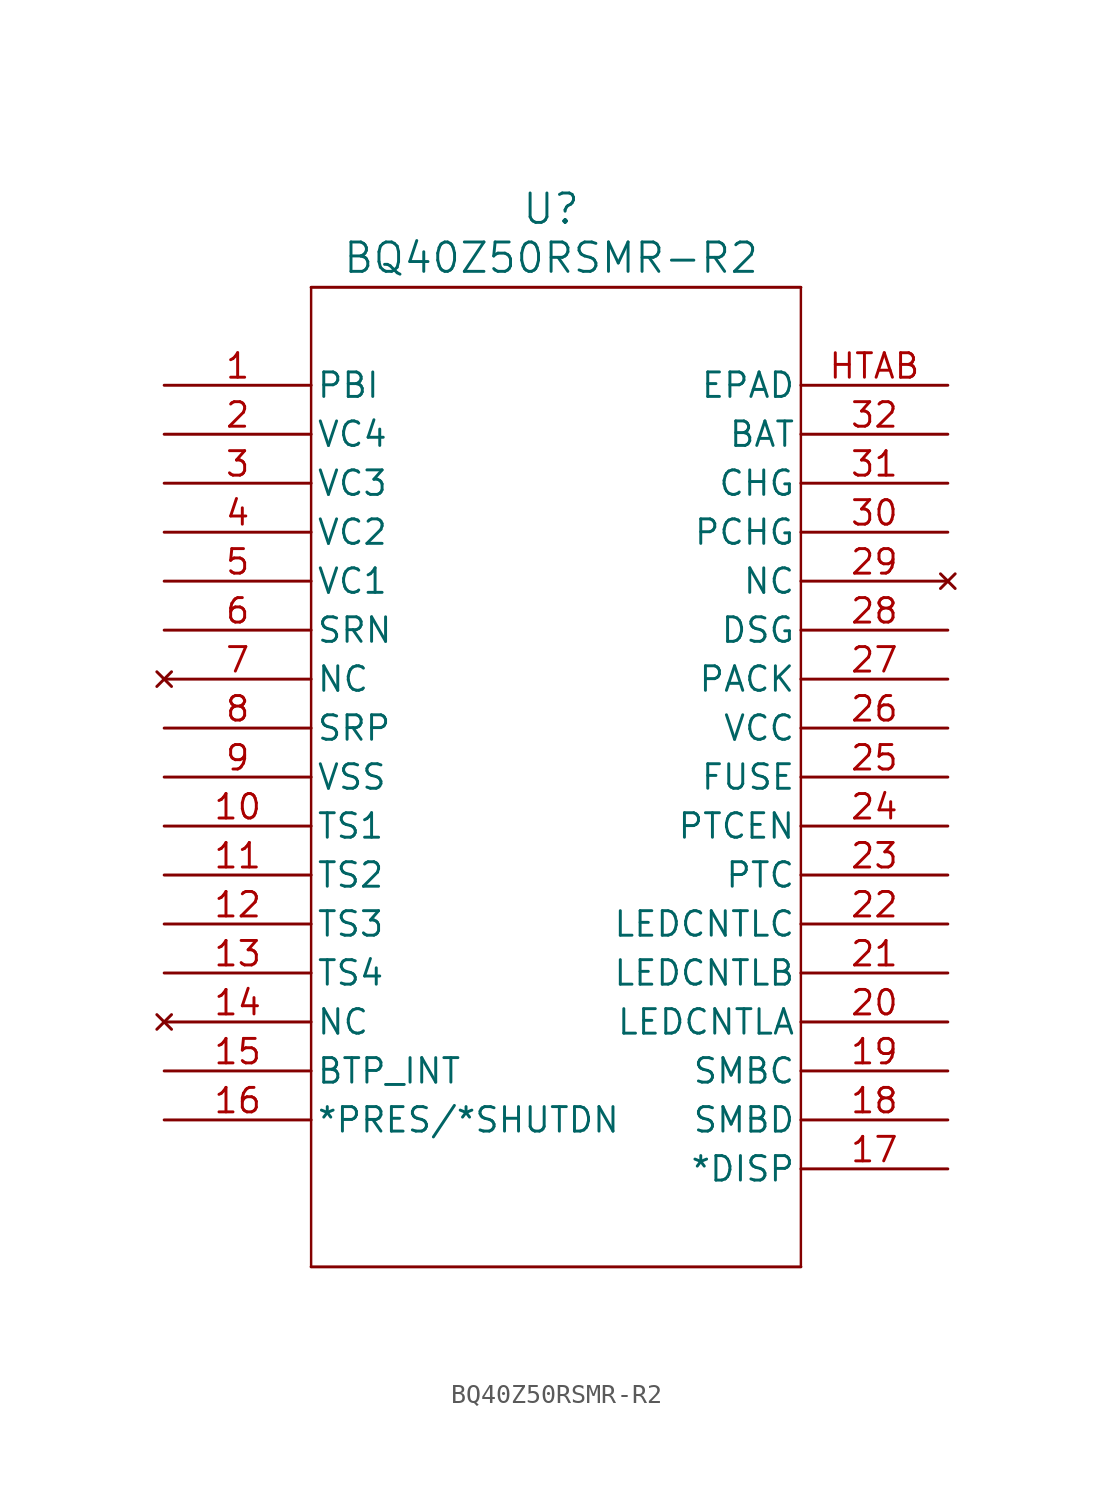
<source format=kicad_sym>
(kicad_symbol_lib
  (version 20231120)
  (generator "kicad_symbol_editor")
  (generator_version "8.0")
  (symbol "BQ40Z50RSMR-R2"
    (pin_names
      (offset 0.254))
    (property "Reference" "U"
      (at 20.066 9.144 0)
      (effects (font (size 1.524 1.524))))
    (property "Value" "BQ40Z50RSMR-R2"
      (at 20.066 6.604 0)
      (effects (font (size 1.524 1.524))))
    (property "ki_locked" ""
      (at 0 0 0)
      (effects (font (size 1.27 1.27))))
    (symbol "BQ40Z50RSMR-R2_0_1"
      (polyline (pts (xy 7.62 5.08) (xy 7.62 -45.72)) (stroke (width 0.127) (type default)) (fill (type none)))
      (polyline (pts (xy 33.02 -45.72) (xy 33.02 5.08)) (stroke (width 0.127) (type default)) (fill (type none)))
      (pin power_in line (at 0 0 0) (length 7.62) (name "PBI" (effects (font (size 1.27 1.27)))) (number "1" (effects (font (size 1.27 1.27)))))
      (pin input line (at 0 -22.86 0) (length 7.62) (name "TS1" (effects (font (size 1.27 1.27)))) (number "10" (effects (font (size 1.27 1.27)))))
      (pin input line (at 0 -25.4 0) (length 7.62) (name "TS2" (effects (font (size 1.27 1.27)))) (number "11" (effects (font (size 1.27 1.27)))))
      (pin input line (at 0 -27.94 0) (length 7.62) (name "TS3" (effects (font (size 1.27 1.27)))) (number "12" (effects (font (size 1.27 1.27)))))
      (pin input line (at 0 -30.48 0) (length 7.62) (name "TS4" (effects (font (size 1.27 1.27)))) (number "13" (effects (font (size 1.27 1.27)))))
      (pin no_connect line (at 0 -33.02 0) (length 7.62) (name "NC" (effects (font (size 1.27 1.27)))) (number "14" (effects (font (size 1.27 1.27)))))
      (pin output line (at 0 -35.56 0) (length 7.62) (name "BTP_INT" (effects (font (size 1.27 1.27)))) (number "15" (effects (font (size 1.27 1.27)))))
      (pin input line (at 0 -38.1 0) (length 7.62) (name "*PRES/*SHUTDN" (effects (font (size 1.27 1.27)))) (number "16" (effects (font (size 1.27 1.27)))))
      (pin unspecified line (at 40.64 -40.64 180) (length 7.62) (name "*DISP" (effects (font (size 1.27 1.27)))) (number "17" (effects (font (size 1.27 1.27)))))
      (pin bidirectional line (at 40.64 -38.1 180) (length 7.62) (name "SMBD" (effects (font (size 1.27 1.27)))) (number "18" (effects (font (size 1.27 1.27)))))
      (pin bidirectional line (at 40.64 -35.56 180) (length 7.62) (name "SMBC" (effects (font (size 1.27 1.27)))) (number "19" (effects (font (size 1.27 1.27)))))
      (pin input line (at 0 -2.54 0) (length 7.62) (name "VC4" (effects (font (size 1.27 1.27)))) (number "2" (effects (font (size 1.27 1.27)))))
      (pin unspecified line (at 40.64 -33.02 180) (length 7.62) (name "LEDCNTLA" (effects (font (size 1.27 1.27)))) (number "20" (effects (font (size 1.27 1.27)))))
      (pin unspecified line (at 40.64 -30.48 180) (length 7.62) (name "LEDCNTLB" (effects (font (size 1.27 1.27)))) (number "21" (effects (font (size 1.27 1.27)))))
      (pin unspecified line (at 40.64 -27.94 180) (length 7.62) (name "LEDCNTLC" (effects (font (size 1.27 1.27)))) (number "22" (effects (font (size 1.27 1.27)))))
      (pin input line (at 40.64 -25.4 180) (length 7.62) (name "PTC" (effects (font (size 1.27 1.27)))) (number "23" (effects (font (size 1.27 1.27)))))
      (pin input line (at 40.64 -22.86 180) (length 7.62) (name "PTCEN" (effects (font (size 1.27 1.27)))) (number "24" (effects (font (size 1.27 1.27)))))
      (pin output line (at 40.64 -20.32 180) (length 7.62) (name "FUSE" (effects (font (size 1.27 1.27)))) (number "25" (effects (font (size 1.27 1.27)))))
      (pin power_in line (at 40.64 -17.78 180) (length 7.62) (name "VCC" (effects (font (size 1.27 1.27)))) (number "26" (effects (font (size 1.27 1.27)))))
      (pin input line (at 40.64 -15.24 180) (length 7.62) (name "PACK" (effects (font (size 1.27 1.27)))) (number "27" (effects (font (size 1.27 1.27)))))
      (pin output line (at 40.64 -12.7 180) (length 7.62) (name "DSG" (effects (font (size 1.27 1.27)))) (number "28" (effects (font (size 1.27 1.27)))))
      (pin no_connect line (at 40.64 -10.16 180) (length 7.62) (name "NC" (effects (font (size 1.27 1.27)))) (number "29" (effects (font (size 1.27 1.27)))))
      (pin input line (at 0 -5.08 0) (length 7.62) (name "VC3" (effects (font (size 1.27 1.27)))) (number "3" (effects (font (size 1.27 1.27)))))
      (pin output line (at 40.64 -7.62 180) (length 7.62) (name "PCHG" (effects (font (size 1.27 1.27)))) (number "30" (effects (font (size 1.27 1.27)))))
      (pin output line (at 40.64 -5.08 180) (length 7.62) (name "CHG" (effects (font (size 1.27 1.27)))) (number "31" (effects (font (size 1.27 1.27)))))
      (pin power_in line (at 40.64 -2.54 180) (length 7.62) (name "BAT" (effects (font (size 1.27 1.27)))) (number "32" (effects (font (size 1.27 1.27)))))
      (pin input line (at 0 -7.62 0) (length 7.62) (name "VC2" (effects (font (size 1.27 1.27)))) (number "4" (effects (font (size 1.27 1.27)))))
      (pin input line (at 0 -10.16 0) (length 7.62) (name "VC1" (effects (font (size 1.27 1.27)))) (number "5" (effects (font (size 1.27 1.27)))))
      (pin input line (at 0 -12.7 0) (length 7.62) (name "SRN" (effects (font (size 1.27 1.27)))) (number "6" (effects (font (size 1.27 1.27)))))
      (pin no_connect line (at 0 -15.24 0) (length 7.62) (name "NC" (effects (font (size 1.27 1.27)))) (number "7" (effects (font (size 1.27 1.27)))))
      (pin input line (at 0 -17.78 0) (length 7.62) (name "SRP" (effects (font (size 1.27 1.27)))) (number "8" (effects (font (size 1.27 1.27)))))
      (pin power_in line (at 0 -20.32 0) (length 7.62) (name "VSS" (effects (font (size 1.27 1.27)))) (number "9" (effects (font (size 1.27 1.27)))))
      (pin unspecified line (at 40.64 0 180) (length 7.62) (name "EPAD" (effects (font (size 1.27 1.27)))) (number "HTAB" (effects (font (size 1.27 1.27))))))
    (symbol "BQ40Z50RSMR-R2_1_1"
      (polyline (pts (xy 7.62 -45.72) (xy 33.02 -45.72)) (stroke (width 0) (type default)) (fill (type none)))
      (polyline (pts (xy 7.62 5.08) (xy 33.02 5.08)) (stroke (width 0) (type default)) (fill (type none))))))
</source>
